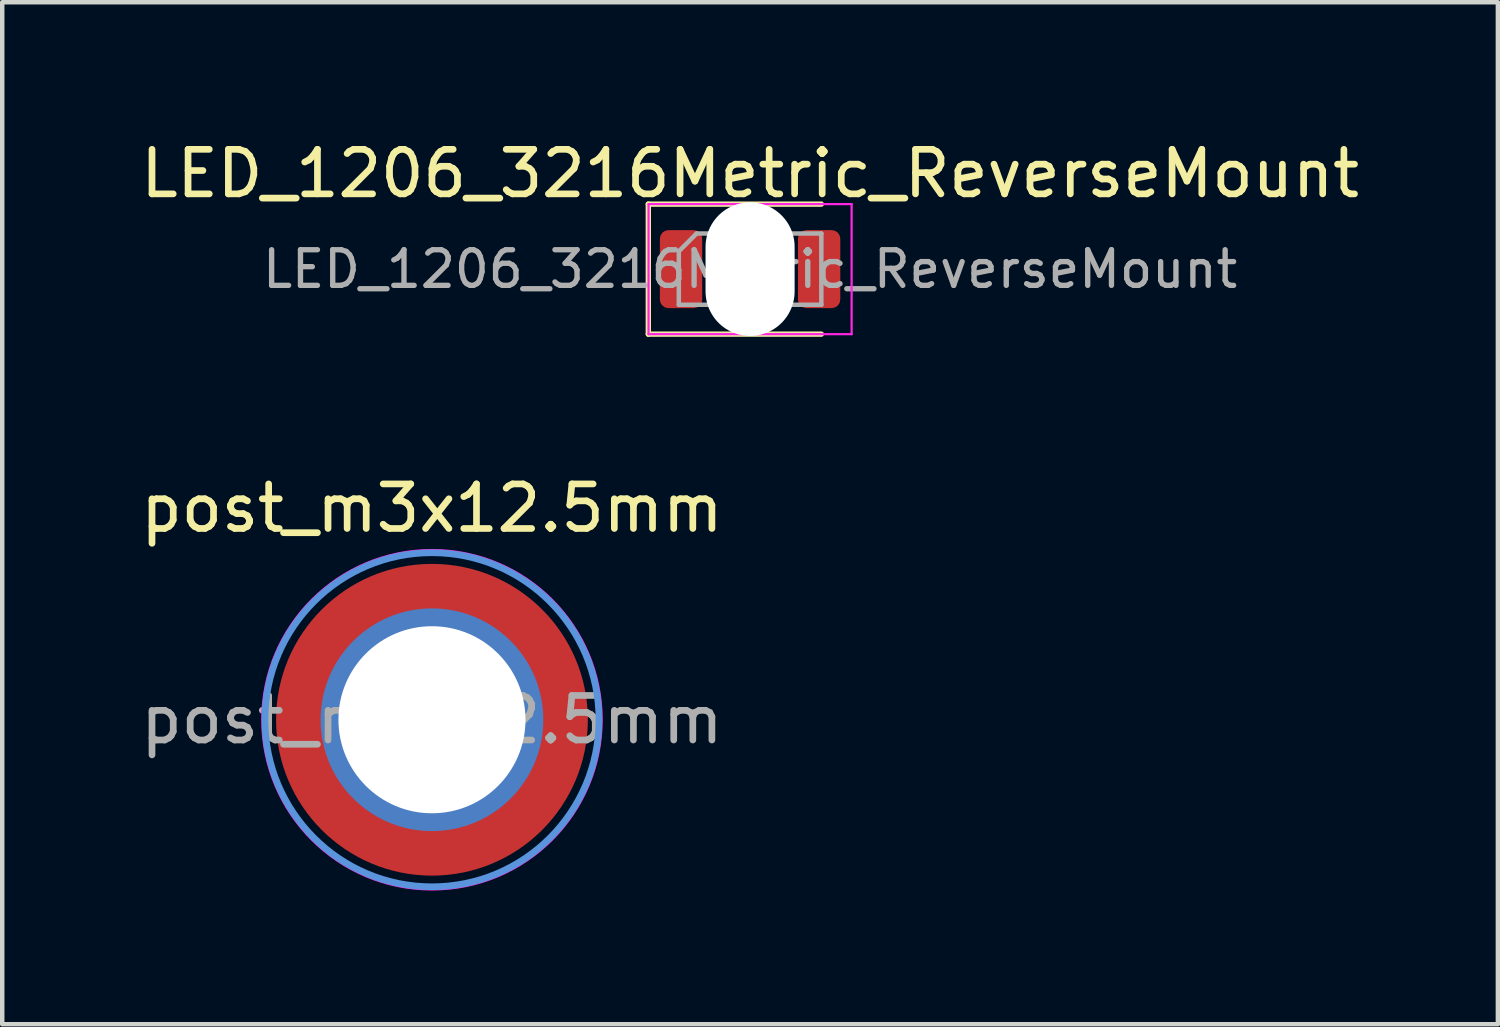
<source format=kicad_pcb>
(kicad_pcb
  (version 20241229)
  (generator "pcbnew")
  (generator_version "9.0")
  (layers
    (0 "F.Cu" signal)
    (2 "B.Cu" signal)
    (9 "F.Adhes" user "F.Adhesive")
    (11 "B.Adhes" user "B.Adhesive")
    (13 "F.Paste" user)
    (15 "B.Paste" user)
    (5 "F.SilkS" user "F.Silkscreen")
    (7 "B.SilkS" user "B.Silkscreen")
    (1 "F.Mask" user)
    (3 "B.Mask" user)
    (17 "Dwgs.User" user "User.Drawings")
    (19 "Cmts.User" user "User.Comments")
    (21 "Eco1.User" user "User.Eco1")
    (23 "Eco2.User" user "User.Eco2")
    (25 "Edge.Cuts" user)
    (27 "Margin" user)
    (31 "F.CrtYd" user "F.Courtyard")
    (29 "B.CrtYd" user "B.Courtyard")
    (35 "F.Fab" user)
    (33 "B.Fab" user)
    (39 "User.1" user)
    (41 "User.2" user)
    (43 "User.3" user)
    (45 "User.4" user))
  (footprint "post_m3x12.5mm"
    (layer "F.Cu")
    (at 6.649 13.111)
    (property "Reference" "post_m3x12.5mm" (at 0 -4.75 0) (layer "F.SilkS") (effects (font (size 1 1) (thickness 0.15))))
    (attr exclude_from_pos_files exclude_from_bom)
    (fp_poly (pts (arc (start -2.2 0.2) (mid -1.614214 1.614214) (end -0.2 2.2)) (arc (start -0.2 3.4) (mid -2.462742 2.462742) (end -3.4 0.2))) (stroke (width 0.12) (type solid)) (fill yes) (layer "F.Paste"))
    (fp_poly (pts (arc (start -0.2 -2.2) (mid -1.614214 -1.614214) (end -2.2 -0.2)) (arc (start -3.4 -0.2) (mid -2.462742 -2.462742) (end -0.2 -3.4))) (stroke (width 0.12) (type solid)) (fill yes) (layer "F.Paste"))
    (fp_poly (pts (arc (start 0.2 2.2) (mid 1.614214 1.614214) (end 2.2 0.2)) (arc (start 3.4 0.2) (mid 2.462742 2.462742) (end 0.2 3.4))) (stroke (width 0.12) (type solid)) (fill yes) (layer "F.Paste"))
    (fp_poly (pts (arc (start 2.2 -0.2) (mid 1.614214 -1.614214) (end 0.2 -2.2)) (arc (start 0.2 -3.4) (mid 2.462742 -2.462742) (end 3.4 -0.2))) (stroke (width 0.12) (type solid)) (fill yes) (layer "F.Paste"))
    (fp_circle (center 0 0) (end 3.75 0) (stroke (width 0.15) (type solid)) (fill no) (layer "Cmts.User"))
    (fp_circle (center 0 0) (end 3.81 0) (stroke (width 0.05) (type solid)) (fill no) (layer "F.CrtYd"))
    (fp_text user "${REFERENCE}" (at 0 0 0) (layer "F.Fab") (effects (font (size 1 1) (thickness 0.15))))
    (pad "1" thru_hole circle (at 0 0) (size 5 5) (drill 4.2) (layers "*.Cu" "*.Mask"))
    (pad "1" smd circle (at 0 0) (size 7 7) (layers "F.Cu" "F.Mask")))
  (footprint "LED_1206_3216Metric_ReverseMount"
    (layer "F.Cu")
    (at 13.792 2.993)
    (property "Reference" "LED_1206_3216Metric_ReverseMount" (at 0 -2.145 0) (layer "F.SilkS") (effects (font (size 1 1) (thickness 0.15))))
    (attr smd)
    (fp_line (start -2.285 -1.46) (end -2.285 1.46) (stroke (width 0.12) (type solid)) (layer "F.SilkS"))
    (fp_line (start -2.285 1.46) (end 1.6 1.46) (stroke (width 0.12) (type solid)) (layer "F.SilkS"))
    (fp_line (start 1.6 -1.46) (end -2.285 -1.46) (stroke (width 0.12) (type solid)) (layer "F.SilkS"))
    (fp_line (start -2.28 -1.46) (end 2.28 -1.46) (stroke (width 0.05) (type solid)) (layer "F.CrtYd"))
    (fp_line (start -2.28 1.46) (end -2.28 -1.46) (stroke (width 0.05) (type solid)) (layer "F.CrtYd"))
    (fp_line (start 2.28 -1.46) (end 2.28 1.46) (stroke (width 0.05) (type solid)) (layer "F.CrtYd"))
    (fp_line (start 2.28 1.46) (end -2.28 1.46) (stroke (width 0.05) (type solid)) (layer "F.CrtYd"))
    (fp_line (start -1.6 -0.4) (end -1.6 0.8) (stroke (width 0.1) (type solid)) (layer "F.Fab"))
    (fp_line (start -1.6 0.8) (end 1.6 0.8) (stroke (width 0.1) (type solid)) (layer "F.Fab"))
    (fp_line (start -1.2 -0.8) (end -1.6 -0.4) (stroke (width 0.1) (type solid)) (layer "F.Fab"))
    (fp_line (start 1.6 -0.8) (end -1.2 -0.8) (stroke (width 0.1) (type solid)) (layer "F.Fab"))
    (fp_line (start 1.6 0.8) (end 1.6 -0.8) (stroke (width 0.1) (type solid)) (layer "F.Fab"))
    (fp_text user "${REFERENCE}" (at 0 0 0) (layer "F.Fab") (effects (font (size 0.8 0.8) (thickness 0.12))))
    (pad "" np_thru_hole oval (at 0 0) (size 2 3) (drill oval 2 3) (layers "*.Cu" "*.Mask"))
    (pad "1" smd roundrect (at -1.55 0) (size 0.95 1.75) (layers "F.Cu" "F.Mask" "F.Paste") (roundrect_rratio 0.2))
    (pad "2" smd roundrect (at 1.55 0) (size 0.95 1.75) (layers "F.Cu" "F.Mask" "F.Paste") (roundrect_rratio 0.2)))
  (gr_rect
    (start -3 -3)
    (end 30.583 19.947)
    (stroke (width 0.1) (type default))
    (fill no)
    (layer "Edge.Cuts")))
</source>
